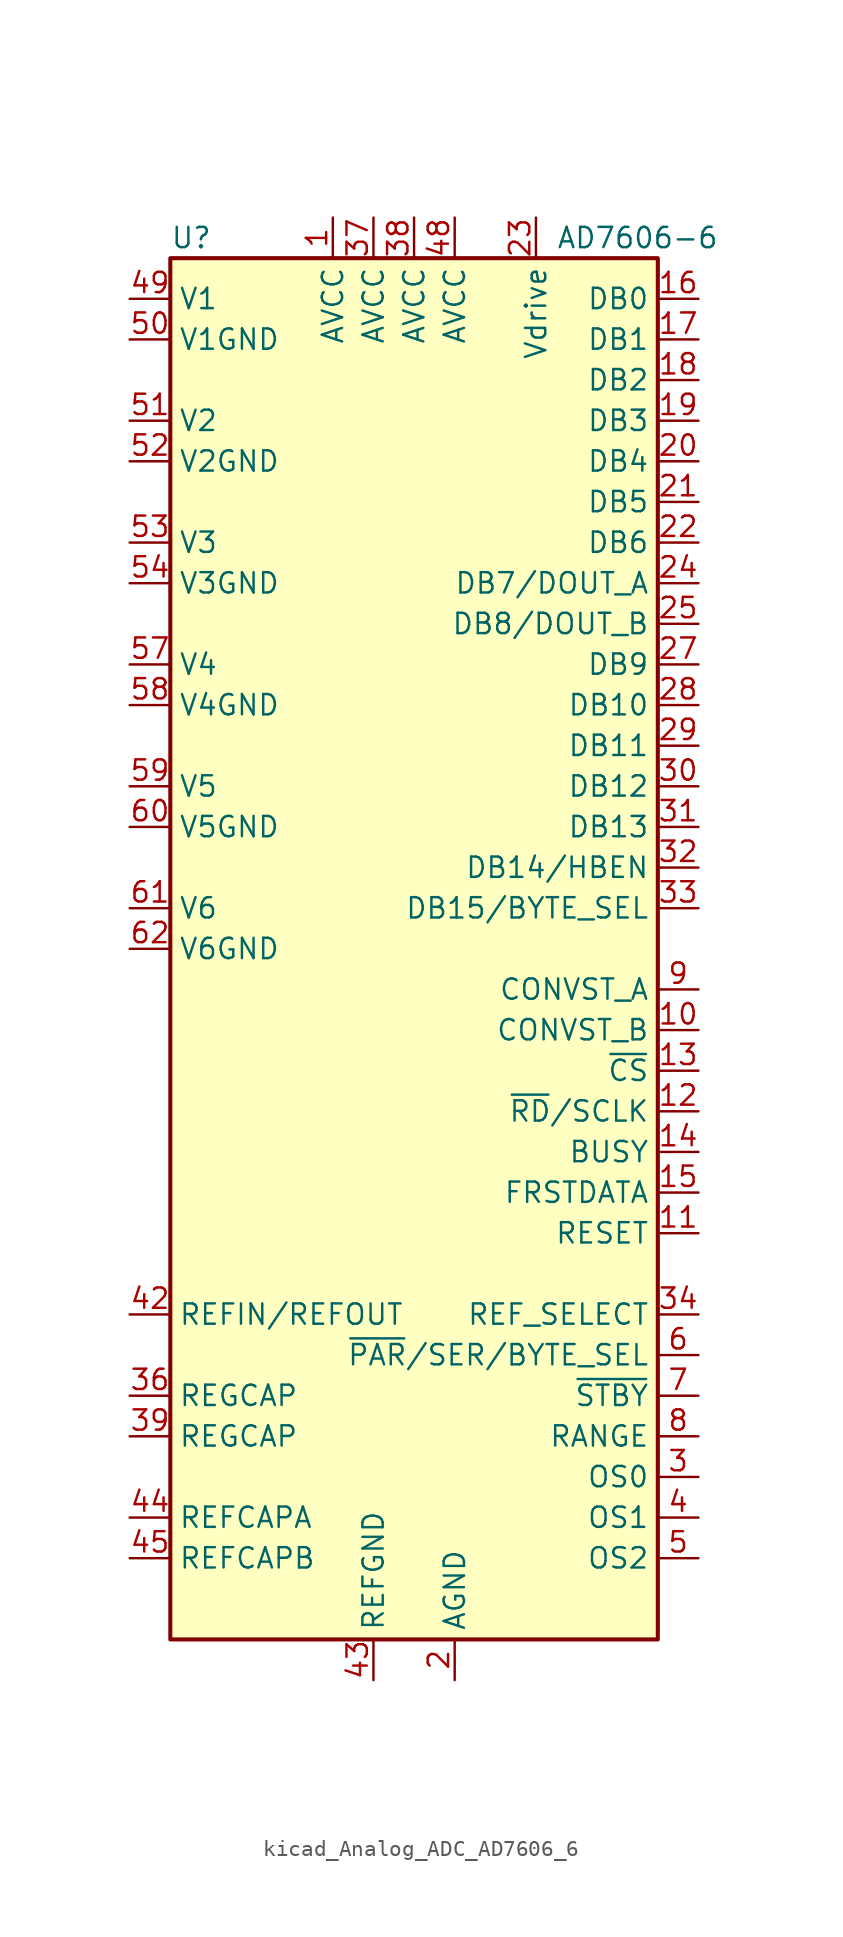
<source format=kicad_sym>
(kicad_symbol_lib
  (version 20220914)
  (generator kicad_symbol_editor)
  (symbol "kicad_Analog_ADC_AD7606_6"
    (property "Reference" "U"
      (at -15.24 44.45 0)
      (effects (font (size 1.27 1.27)) (justify left)))
    (property "Value" "AD7606-6"
      (at 8.89 44.45 0)
      (effects (font (size 1.27 1.27)) (justify left)))
    (symbol "kicad_Analog_ADC_AD7606_6_1_1"
      (rectangle (start -15.24 43.18) (end 15.24 -43.18) (stroke (width 0.254) (type default)) (fill (type background)))
      (pin power_in line (at -5.08 45.72 270) (length 2.54) (name "AVCC" (effects (font (size 1.27 1.27)))) (number "1" (effects (font (size 1.27 1.27)))))
      (pin input line (at 17.78 -5.08 180) (length 2.54) (name "CONVST_B" (effects (font (size 1.27 1.27)))) (number "10" (effects (font (size 1.27 1.27)))))
      (pin input line (at 17.78 -17.78 180) (length 2.54) (name "RESET" (effects (font (size 1.27 1.27)))) (number "11" (effects (font (size 1.27 1.27)))))
      (pin input line (at 17.78 -10.16 180) (length 2.54) (name "~{RD}/SCLK" (effects (font (size 1.27 1.27)))) (number "12" (effects (font (size 1.27 1.27)))))
      (pin input line (at 17.78 -7.62 180) (length 2.54) (name "~{CS}" (effects (font (size 1.27 1.27)))) (number "13" (effects (font (size 1.27 1.27)))))
      (pin output line (at 17.78 -12.7 180) (length 2.54) (name "BUSY" (effects (font (size 1.27 1.27)))) (number "14" (effects (font (size 1.27 1.27)))))
      (pin output line (at 17.78 -15.24 180) (length 2.54) (name "FRSTDATA" (effects (font (size 1.27 1.27)))) (number "15" (effects (font (size 1.27 1.27)))))
      (pin output line (at 17.78 40.64 180) (length 2.54) (name "DB0" (effects (font (size 1.27 1.27)))) (number "16" (effects (font (size 1.27 1.27)))))
      (pin output line (at 17.78 38.1 180) (length 2.54) (name "DB1" (effects (font (size 1.27 1.27)))) (number "17" (effects (font (size 1.27 1.27)))))
      (pin output line (at 17.78 35.56 180) (length 2.54) (name "DB2" (effects (font (size 1.27 1.27)))) (number "18" (effects (font (size 1.27 1.27)))))
      (pin output line (at 17.78 33.02 180) (length 2.54) (name "DB3" (effects (font (size 1.27 1.27)))) (number "19" (effects (font (size 1.27 1.27)))))
      (pin power_in line (at 2.54 -45.72 90) (length 2.54) (name "AGND" (effects (font (size 1.27 1.27)))) (number "2" (effects (font (size 1.27 1.27)))))
      (pin output line (at 17.78 30.48 180) (length 2.54) (name "DB4" (effects (font (size 1.27 1.27)))) (number "20" (effects (font (size 1.27 1.27)))))
      (pin output line (at 17.78 27.94 180) (length 2.54) (name "DB5" (effects (font (size 1.27 1.27)))) (number "21" (effects (font (size 1.27 1.27)))))
      (pin output line (at 17.78 25.4 180) (length 2.54) (name "DB6" (effects (font (size 1.27 1.27)))) (number "22" (effects (font (size 1.27 1.27)))))
      (pin power_in line (at 7.62 45.72 270) (length 2.54) (name "Vdrive" (effects (font (size 1.27 1.27)))) (number "23" (effects (font (size 1.27 1.27)))))
      (pin output line (at 17.78 22.86 180) (length 2.54) (name "DB7/DOUT_A" (effects (font (size 1.27 1.27)))) (number "24" (effects (font (size 1.27 1.27)))))
      (pin output line (at 17.78 20.32 180) (length 2.54) (name "DB8/DOUT_B" (effects (font (size 1.27 1.27)))) (number "25" (effects (font (size 1.27 1.27)))))
      (pin passive line (at 2.54 -45.72 90) (length 2.54) hide (name "AGND" (effects (font (size 1.27 1.27)))) (number "26" (effects (font (size 1.27 1.27)))))
      (pin output line (at 17.78 17.78 180) (length 2.54) (name "DB9" (effects (font (size 1.27 1.27)))) (number "27" (effects (font (size 1.27 1.27)))))
      (pin output line (at 17.78 15.24 180) (length 2.54) (name "DB10" (effects (font (size 1.27 1.27)))) (number "28" (effects (font (size 1.27 1.27)))))
      (pin output line (at 17.78 12.7 180) (length 2.54) (name "DB11" (effects (font (size 1.27 1.27)))) (number "29" (effects (font (size 1.27 1.27)))))
      (pin input line (at 17.78 -33.02 180) (length 2.54) (name "OS0" (effects (font (size 1.27 1.27)))) (number "3" (effects (font (size 1.27 1.27)))))
      (pin output line (at 17.78 10.16 180) (length 2.54) (name "DB12" (effects (font (size 1.27 1.27)))) (number "30" (effects (font (size 1.27 1.27)))))
      (pin output line (at 17.78 7.62 180) (length 2.54) (name "DB13" (effects (font (size 1.27 1.27)))) (number "31" (effects (font (size 1.27 1.27)))))
      (pin bidirectional line (at 17.78 5.08 180) (length 2.54) (name "DB14/HBEN" (effects (font (size 1.27 1.27)))) (number "32" (effects (font (size 1.27 1.27)))))
      (pin bidirectional line (at 17.78 2.54 180) (length 2.54) (name "DB15/BYTE_SEL" (effects (font (size 1.27 1.27)))) (number "33" (effects (font (size 1.27 1.27)))))
      (pin input line (at 17.78 -22.86 180) (length 2.54) (name "REF_SELECT" (effects (font (size 1.27 1.27)))) (number "34" (effects (font (size 1.27 1.27)))))
      (pin passive line (at 2.54 -45.72 90) (length 2.54) hide (name "AGND" (effects (font (size 1.27 1.27)))) (number "35" (effects (font (size 1.27 1.27)))))
      (pin passive line (at -17.78 -27.94 0) (length 2.54) (name "REGCAP" (effects (font (size 1.27 1.27)))) (number "36" (effects (font (size 1.27 1.27)))))
      (pin power_in line (at -2.54 45.72 270) (length 2.54) (name "AVCC" (effects (font (size 1.27 1.27)))) (number "37" (effects (font (size 1.27 1.27)))))
      (pin power_in line (at 0 45.72 270) (length 2.54) (name "AVCC" (effects (font (size 1.27 1.27)))) (number "38" (effects (font (size 1.27 1.27)))))
      (pin passive line (at -17.78 -30.48 0) (length 2.54) (name "REGCAP" (effects (font (size 1.27 1.27)))) (number "39" (effects (font (size 1.27 1.27)))))
      (pin input line (at 17.78 -35.56 180) (length 2.54) (name "OS1" (effects (font (size 1.27 1.27)))) (number "4" (effects (font (size 1.27 1.27)))))
      (pin passive line (at 2.54 -45.72 90) (length 2.54) hide (name "AGND" (effects (font (size 1.27 1.27)))) (number "40" (effects (font (size 1.27 1.27)))))
      (pin passive line (at 2.54 -45.72 90) (length 2.54) hide (name "AGND" (effects (font (size 1.27 1.27)))) (number "41" (effects (font (size 1.27 1.27)))))
      (pin passive line (at -17.78 -22.86 0) (length 2.54) (name "REFIN/REFOUT" (effects (font (size 1.27 1.27)))) (number "42" (effects (font (size 1.27 1.27)))))
      (pin power_in line (at -2.54 -45.72 90) (length 2.54) (name "REFGND" (effects (font (size 1.27 1.27)))) (number "43" (effects (font (size 1.27 1.27)))))
      (pin passive line (at -17.78 -35.56 0) (length 2.54) (name "REFCAPA" (effects (font (size 1.27 1.27)))) (number "44" (effects (font (size 1.27 1.27)))))
      (pin passive line (at -17.78 -38.1 0) (length 2.54) (name "REFCAPB" (effects (font (size 1.27 1.27)))) (number "45" (effects (font (size 1.27 1.27)))))
      (pin passive line (at -2.54 -45.72 90) (length 2.54) hide (name "REFGND" (effects (font (size 1.27 1.27)))) (number "46" (effects (font (size 1.27 1.27)))))
      (pin passive line (at 2.54 -45.72 90) (length 2.54) hide (name "AGND" (effects (font (size 1.27 1.27)))) (number "47" (effects (font (size 1.27 1.27)))))
      (pin power_in line (at 2.54 45.72 270) (length 2.54) (name "AVCC" (effects (font (size 1.27 1.27)))) (number "48" (effects (font (size 1.27 1.27)))))
      (pin input line (at -17.78 40.64 0) (length 2.54) (name "V1" (effects (font (size 1.27 1.27)))) (number "49" (effects (font (size 1.27 1.27)))))
      (pin input line (at 17.78 -38.1 180) (length 2.54) (name "OS2" (effects (font (size 1.27 1.27)))) (number "5" (effects (font (size 1.27 1.27)))))
      (pin input line (at -17.78 38.1 0) (length 2.54) (name "V1GND" (effects (font (size 1.27 1.27)))) (number "50" (effects (font (size 1.27 1.27)))))
      (pin input line (at -17.78 33.02 0) (length 2.54) (name "V2" (effects (font (size 1.27 1.27)))) (number "51" (effects (font (size 1.27 1.27)))))
      (pin input line (at -17.78 30.48 0) (length 2.54) (name "V2GND" (effects (font (size 1.27 1.27)))) (number "52" (effects (font (size 1.27 1.27)))))
      (pin input line (at -17.78 25.4 0) (length 2.54) (name "V3" (effects (font (size 1.27 1.27)))) (number "53" (effects (font (size 1.27 1.27)))))
      (pin input line (at -17.78 22.86 0) (length 2.54) (name "V3GND" (effects (font (size 1.27 1.27)))) (number "54" (effects (font (size 1.27 1.27)))))
      (pin passive line (at 2.54 -45.72 90) (length 2.54) hide (name "AGND" (effects (font (size 1.27 1.27)))) (number "55" (effects (font (size 1.27 1.27)))))
      (pin passive line (at 2.54 -45.72 90) (length 2.54) hide (name "AGND" (effects (font (size 1.27 1.27)))) (number "56" (effects (font (size 1.27 1.27)))))
      (pin input line (at -17.78 17.78 0) (length 2.54) (name "V4" (effects (font (size 1.27 1.27)))) (number "57" (effects (font (size 1.27 1.27)))))
      (pin input line (at -17.78 15.24 0) (length 2.54) (name "V4GND" (effects (font (size 1.27 1.27)))) (number "58" (effects (font (size 1.27 1.27)))))
      (pin input line (at -17.78 10.16 0) (length 2.54) (name "V5" (effects (font (size 1.27 1.27)))) (number "59" (effects (font (size 1.27 1.27)))))
      (pin input line (at 17.78 -25.4 180) (length 2.54) (name "~{PAR}/SER/BYTE_SEL" (effects (font (size 1.27 1.27)))) (number "6" (effects (font (size 1.27 1.27)))))
      (pin input line (at -17.78 7.62 0) (length 2.54) (name "V5GND" (effects (font (size 1.27 1.27)))) (number "60" (effects (font (size 1.27 1.27)))))
      (pin input line (at -17.78 2.54 0) (length 2.54) (name "V6" (effects (font (size 1.27 1.27)))) (number "61" (effects (font (size 1.27 1.27)))))
      (pin input line (at -17.78 0 0) (length 2.54) (name "V6GND" (effects (font (size 1.27 1.27)))) (number "62" (effects (font (size 1.27 1.27)))))
      (pin passive line (at 2.54 -45.72 90) (length 2.54) hide (name "AGND" (effects (font (size 1.27 1.27)))) (number "63" (effects (font (size 1.27 1.27)))))
      (pin passive line (at 2.54 -45.72 90) (length 2.54) hide (name "AGND" (effects (font (size 1.27 1.27)))) (number "64" (effects (font (size 1.27 1.27)))))
      (pin input line (at 17.78 -27.94 180) (length 2.54) (name "~{STBY}" (effects (font (size 1.27 1.27)))) (number "7" (effects (font (size 1.27 1.27)))))
      (pin input line (at 17.78 -30.48 180) (length 2.54) (name "RANGE" (effects (font (size 1.27 1.27)))) (number "8" (effects (font (size 1.27 1.27)))))
      (pin input line (at 17.78 -2.54 180) (length 2.54) (name "CONVST_A" (effects (font (size 1.27 1.27)))) (number "9" (effects (font (size 1.27 1.27))))))))
</source>
